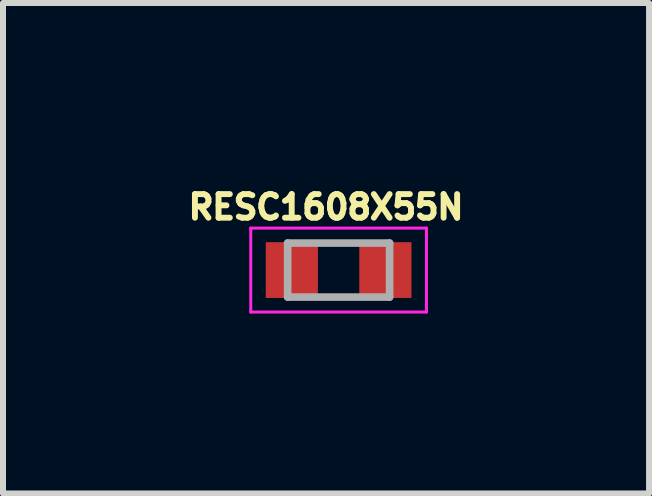
<source format=kicad_pcb>
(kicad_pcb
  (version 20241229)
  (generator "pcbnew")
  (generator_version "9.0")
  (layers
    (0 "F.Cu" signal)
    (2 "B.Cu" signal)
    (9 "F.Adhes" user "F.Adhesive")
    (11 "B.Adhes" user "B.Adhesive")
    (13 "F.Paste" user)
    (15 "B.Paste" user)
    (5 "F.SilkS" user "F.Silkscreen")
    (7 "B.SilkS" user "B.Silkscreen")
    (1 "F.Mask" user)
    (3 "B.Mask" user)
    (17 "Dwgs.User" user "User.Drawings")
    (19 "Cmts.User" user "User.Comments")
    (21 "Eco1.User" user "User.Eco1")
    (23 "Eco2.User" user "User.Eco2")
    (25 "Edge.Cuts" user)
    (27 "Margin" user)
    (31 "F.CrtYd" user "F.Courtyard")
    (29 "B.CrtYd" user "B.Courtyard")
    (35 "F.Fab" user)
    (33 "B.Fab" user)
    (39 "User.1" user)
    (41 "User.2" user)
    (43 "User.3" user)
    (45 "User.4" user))
  (footprint "RESC1608X55N"
    (layer "F.Cu")
    (at 2.596 1.453)
    (property "Reference" "RESC1608X55N" (at -0.21 -1.05 0) (layer "F.SilkS") (effects (font (size 0.394 0.394) (thickness 0.15))))
    (attr smd)
    (fp_line (start -1.465 -0.7) (end 1.465 -0.7) (stroke (width 0.05) (type solid)) (layer "F.CrtYd"))
    (fp_line (start -1.465 0.7) (end -1.465 -0.7) (stroke (width 0.05) (type solid)) (layer "F.CrtYd"))
    (fp_line (start -1.465 0.7) (end 1.465 0.7) (stroke (width 0.05) (type solid)) (layer "F.CrtYd"))
    (fp_line (start 1.465 0.7) (end 1.465 -0.7) (stroke (width 0.05) (type solid)) (layer "F.CrtYd"))
    (fp_line (start -0.85 0.45) (end -0.85 -0.45) (stroke (width 0.127) (type solid)) (layer "F.Fab"))
    (fp_line (start 0.85 -0.45) (end -0.85 -0.45) (stroke (width 0.127) (type solid)) (layer "F.Fab"))
    (fp_line (start 0.85 0.45) (end -0.85 0.45) (stroke (width 0.127) (type solid)) (layer "F.Fab"))
    (fp_line (start 0.85 0.45) (end 0.85 -0.45) (stroke (width 0.127) (type solid)) (layer "F.Fab"))
    (pad "1" smd rect (at -0.78 0) (size 0.87 0.93) (layers "F.Cu" "F.Mask" "F.Paste"))
    (pad "2" smd rect (at 0.78 0) (size 0.87 0.93) (layers "F.Cu" "F.Mask" "F.Paste")))
  (gr_rect
    (start -3 -3)
    (end 7.772 5.178)
    (stroke (width 0.1) (type default))
    (fill no)
    (layer "Edge.Cuts")))
</source>
